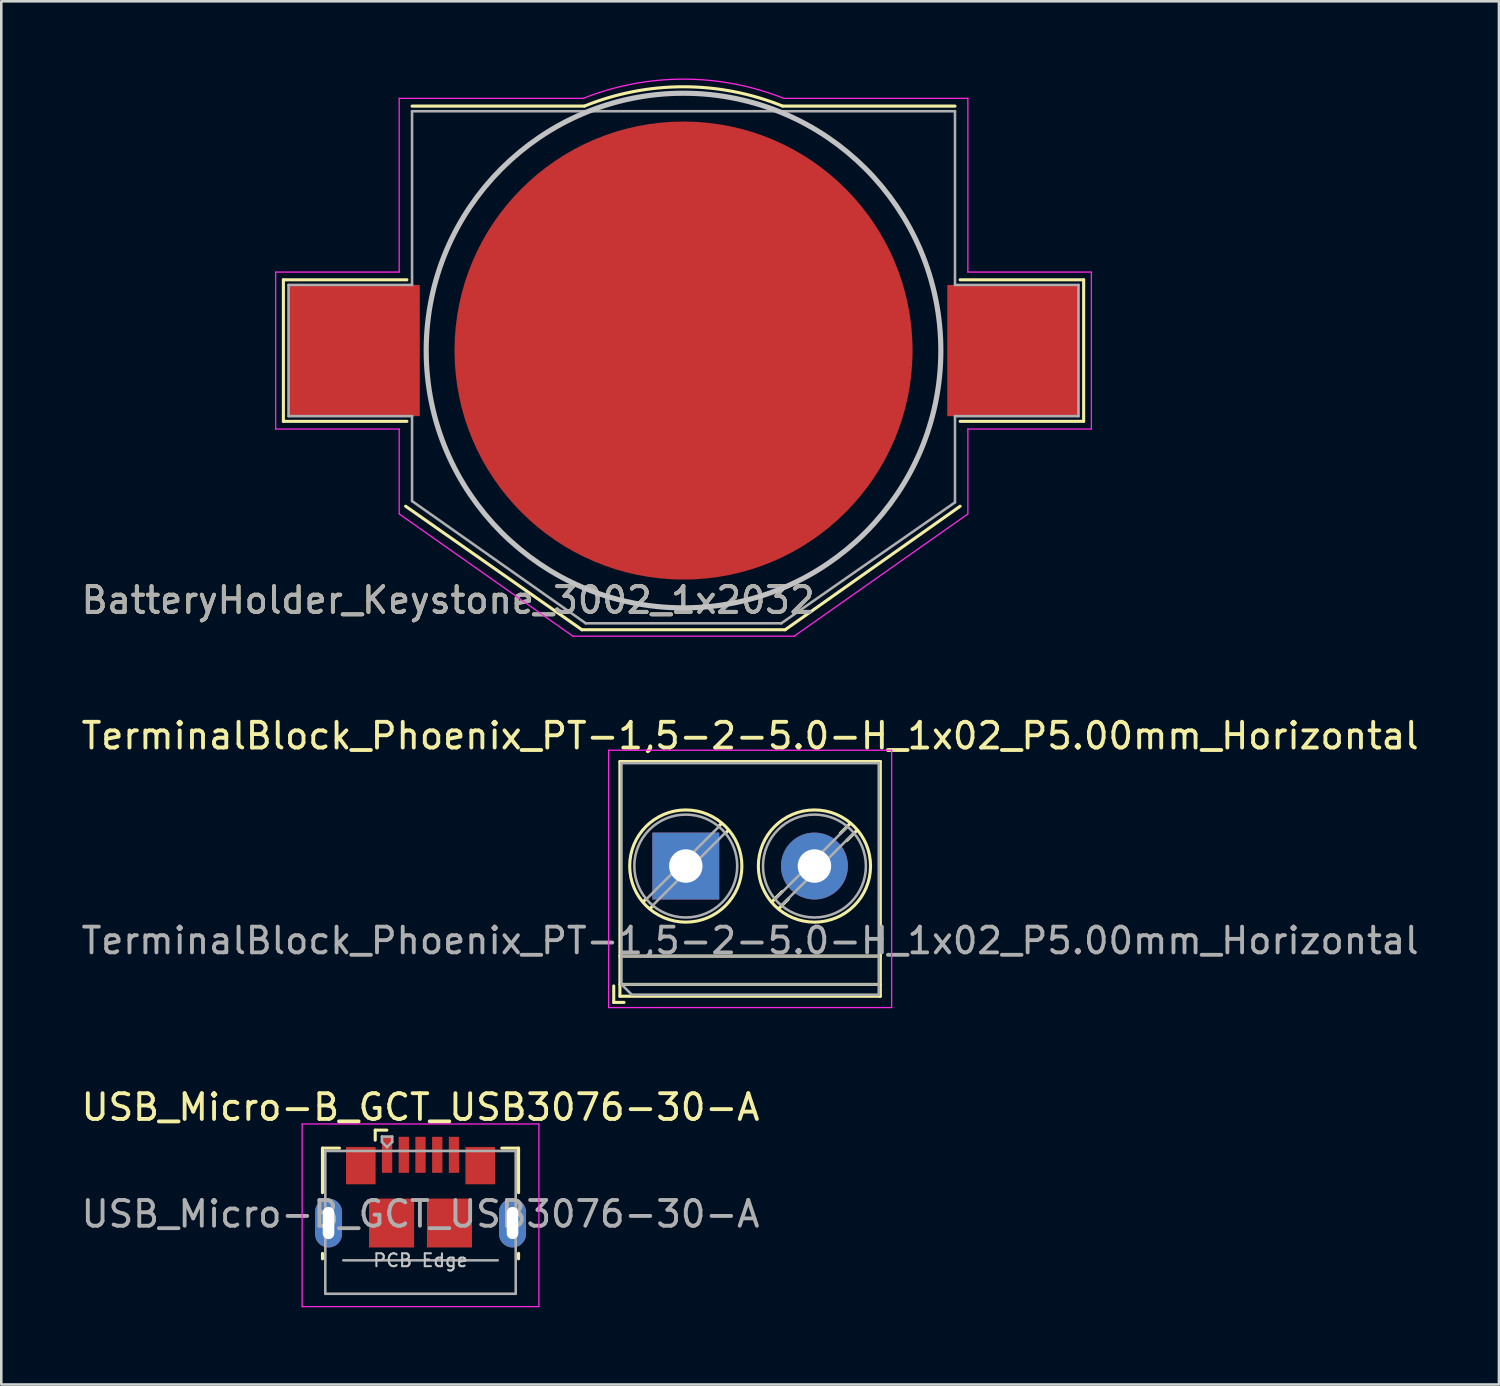
<source format=kicad_pcb>
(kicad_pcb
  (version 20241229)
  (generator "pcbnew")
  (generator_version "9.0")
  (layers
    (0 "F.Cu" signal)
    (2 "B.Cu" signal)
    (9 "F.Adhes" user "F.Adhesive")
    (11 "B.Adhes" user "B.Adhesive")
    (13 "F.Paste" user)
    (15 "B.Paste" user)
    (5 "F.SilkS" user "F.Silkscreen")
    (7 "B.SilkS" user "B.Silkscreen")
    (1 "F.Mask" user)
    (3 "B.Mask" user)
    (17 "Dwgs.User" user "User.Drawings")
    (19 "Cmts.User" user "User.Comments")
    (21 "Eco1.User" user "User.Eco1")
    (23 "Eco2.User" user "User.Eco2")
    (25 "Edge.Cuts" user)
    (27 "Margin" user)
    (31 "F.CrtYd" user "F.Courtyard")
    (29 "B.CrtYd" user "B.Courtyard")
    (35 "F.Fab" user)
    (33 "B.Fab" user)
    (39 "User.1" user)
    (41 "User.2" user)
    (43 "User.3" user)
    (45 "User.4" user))
  (footprint "USB_Micro-B_GCT_USB3076-30-A"
    (layer "F.Cu")
    (at 13.292 43.279)
    (property "Reference" "USB_Micro-B_GCT_USB3076-30-A" (at 0 -3.3 0) (layer "F.SilkS") (effects (font (size 1 1) (thickness 0.15))))
    (attr smd)
    (fp_line (start -3.81 -1.71) (end -3.15 -1.71) (stroke (width 0.12) (type solid)) (layer "F.SilkS"))
    (fp_line (start -3.81 0.02) (end -3.81 -1.71) (stroke (width 0.12) (type solid)) (layer "F.SilkS"))
    (fp_line (start -3.81 2.59) (end -3.81 2.38) (stroke (width 0.12) (type solid)) (layer "F.SilkS"))
    (fp_line (start -1.76 -2.41) (end -1.76 -2.02) (stroke (width 0.12) (type solid)) (layer "F.SilkS"))
    (fp_line (start -1.76 -2.41) (end -1.31 -2.41) (stroke (width 0.12) (type solid)) (layer "F.SilkS"))
    (fp_line (start 3.81 -1.71) (end 3.16 -1.71) (stroke (width 0.12) (type solid)) (layer "F.SilkS"))
    (fp_line (start 3.81 0.02) (end 3.81 -1.71) (stroke (width 0.12) (type solid)) (layer "F.SilkS"))
    (fp_line (start 3.81 2.59) (end 3.81 2.38) (stroke (width 0.12) (type solid)) (layer "F.SilkS"))
    (fp_line (start -4.6 -2.65) (end 4.6 -2.65) (stroke (width 0.05) (type solid)) (layer "F.CrtYd"))
    (fp_line (start -4.6 4.45) (end -4.6 -2.65) (stroke (width 0.05) (type solid)) (layer "F.CrtYd"))
    (fp_line (start -4.6 4.45) (end 4.6 4.45) (stroke (width 0.05) (type solid)) (layer "F.CrtYd"))
    (fp_line (start 4.6 -2.65) (end 4.6 4.45) (stroke (width 0.05) (type solid)) (layer "F.CrtYd"))
    (fp_line (start -3.7 -1.6) (end 3.7 -1.6) (stroke (width 0.1) (type solid)) (layer "F.Fab"))
    (fp_line (start -3.7 3.95) (end -3.7 -1.6) (stroke (width 0.1) (type solid)) (layer "F.Fab"))
    (fp_line (start -3.7 3.95) (end 3.7 3.95) (stroke (width 0.1) (type solid)) (layer "F.Fab"))
    (fp_line (start -3 2.65) (end 3 2.65) (stroke (width 0.1) (type solid)) (layer "F.Fab"))
    (fp_line (start -1.5 -2.16) (end -1.5 -1.95) (stroke (width 0.1) (type solid)) (layer "F.Fab"))
    (fp_line (start -1.5 -2.16) (end -1.1 -2.16) (stroke (width 0.1) (type solid)) (layer "F.Fab"))
    (fp_line (start -1.3 -1.75) (end -1.5 -1.95) (stroke (width 0.1) (type solid)) (layer "F.Fab"))
    (fp_line (start -1.1 -2.16) (end -1.1 -1.95) (stroke (width 0.1) (type solid)) (layer "F.Fab"))
    (fp_line (start -1.1 -1.95) (end -1.3 -1.75) (stroke (width 0.1) (type solid)) (layer "F.Fab"))
    (fp_line (start 3.7 3.95) (end 3.7 -1.6) (stroke (width 0.1) (type solid)) (layer "F.Fab"))
    (fp_text user "PCB Edge" (at 0 2.65 0) (layer "Dwgs.User") (effects (font (size 0.5 0.5) (thickness 0.08))))
    (fp_text user "${REFERENCE}" (at 0 0.85 0) (layer "F.Fab") (effects (font (size 1 1) (thickness 0.15))))
    (pad "1" smd rect (at -1.3 -1.45) (size 0.4 1.4) (layers "F.Cu" "F.Mask" "F.Paste"))
    (pad "2" smd rect (at -0.65 -1.45) (size 0.4 1.4) (layers "F.Cu" "F.Mask" "F.Paste"))
    (pad "3" smd rect (at 0 -1.45) (size 0.4 1.4) (layers "F.Cu" "F.Mask" "F.Paste"))
    (pad "4" smd rect (at 0.65 -1.45) (size 0.4 1.4) (layers "F.Cu" "F.Mask" "F.Paste"))
    (pad "5" smd rect (at 1.3 -1.45) (size 0.4 1.4) (layers "F.Cu" "F.Mask" "F.Paste"))
    (pad "6" thru_hole oval (at -3.575 1.2 180) (size 1.05 1.9) (drill oval 0.45 1.25) (layers "*.Cu" "*.Mask"))
    (pad "6" smd rect (at -2.32 -1.03) (size 1.15 1.45) (layers "F.Cu" "F.Mask" "F.Paste"))
    (pad "6" smd rect (at -1.125 1.2) (size 1.75 1.9) (layers "F.Cu" "F.Mask" "F.Paste"))
    (pad "6" smd rect (at 1.125 1.2) (size 1.75 1.9) (layers "F.Cu" "F.Mask" "F.Paste"))
    (pad "6" smd rect (at 2.32 -1.03) (size 1.15 1.45) (layers "F.Cu" "F.Mask" "F.Paste"))
    (pad "6" thru_hole oval (at 3.575 1.2) (size 1.05 1.9) (drill oval 0.45 1.25) (layers "*.Cu" "*.Mask")))
  (footprint "BatteryHolder_Keystone_3002_1x2032"
    (layer "F.Cu")
    (at 23.513 10.573)
    (property "Reference" "BatteryHolder_Keystone_3002_1x2032" (at -9.15 9.7 0) (layer "F.SilkS") (effects (font (size 1 1) (thickness 0.15))))
    (attr smd)
    (fp_line (start -15.55 -2.75) (end -15.55 2.75) (stroke (width 0.12) (type solid)) (layer "F.SilkS"))
    (fp_line (start -15.55 2.75) (end -10.75 2.75) (stroke (width 0.12) (type solid)) (layer "F.SilkS"))
    (fp_line (start -10.8 6.05) (end -3.95 10.85) (stroke (width 0.12) (type solid)) (layer "F.SilkS"))
    (fp_line (start -10.75 -2.75) (end -15.55 -2.75) (stroke (width 0.12) (type solid)) (layer "F.SilkS"))
    (fp_line (start -10.55 -9.5) (end -3.85 -9.5) (stroke (width 0.12) (type solid)) (layer "F.SilkS"))
    (fp_line (start -3.95 10.85) (end 3.95 10.85) (stroke (width 0.12) (type solid)) (layer "F.SilkS"))
    (fp_line (start 3.95 10.85) (end 10.75 6.05) (stroke (width 0.12) (type solid)) (layer "F.SilkS"))
    (fp_line (start 10.55 -9.5) (end 3.85 -9.5) (stroke (width 0.12) (type solid)) (layer "F.SilkS"))
    (fp_line (start 10.75 2.75) (end 15.55 2.75) (stroke (width 0.12) (type solid)) (layer "F.SilkS"))
    (fp_line (start 15.55 -2.75) (end 10.75 -2.75) (stroke (width 0.12) (type solid)) (layer "F.SilkS"))
    (fp_line (start 15.55 2.75) (end 15.55 -2.75) (stroke (width 0.12) (type solid)) (layer "F.SilkS"))
    (fp_arc (start -3.846385 -9.501464) (mid 0.00195 -10.250487) (end 3.85 -9.5) (stroke (width 0.12) (type solid)) (layer "F.SilkS"))
    (fp_circle (center 0 0) (end 10 0) (stroke (width 0.2) (type solid)) (fill no) (layer "Dwgs.User"))
    (fp_line (start -15.85 -3.05) (end -11.05 -3.05) (stroke (width 0.05) (type solid)) (layer "F.CrtYd"))
    (fp_line (start -15.85 3.05) (end -15.85 -3.05) (stroke (width 0.05) (type solid)) (layer "F.CrtYd"))
    (fp_line (start -11.05 -9.8) (end -3.9 -9.8) (stroke (width 0.05) (type solid)) (layer "F.CrtYd"))
    (fp_line (start -11.05 -3.05) (end -11.05 -9.8) (stroke (width 0.05) (type solid)) (layer "F.CrtYd"))
    (fp_line (start -11.05 3.05) (end -15.85 3.05) (stroke (width 0.05) (type solid)) (layer "F.CrtYd"))
    (fp_line (start -11.05 6.35) (end -11.05 3.05) (stroke (width 0.05) (type solid)) (layer "F.CrtYd"))
    (fp_line (start -4.3 11.1) (end -11.05 6.35) (stroke (width 0.05) (type solid)) (layer "F.CrtYd"))
    (fp_line (start 4.3 11.1) (end -4.3 11.1) (stroke (width 0.05) (type solid)) (layer "F.CrtYd"))
    (fp_line (start 11.05 -9.8) (end 3.9 -9.8) (stroke (width 0.05) (type solid)) (layer "F.CrtYd"))
    (fp_line (start 11.05 -9.8) (end 11.05 -3.05) (stroke (width 0.05) (type solid)) (layer "F.CrtYd"))
    (fp_line (start 11.05 -3.05) (end 15.85 -3.05) (stroke (width 0.05) (type solid)) (layer "F.CrtYd"))
    (fp_line (start 11.05 3.05) (end 11.05 6.35) (stroke (width 0.05) (type solid)) (layer "F.CrtYd"))
    (fp_line (start 11.05 6.35) (end 4.3 11.1) (stroke (width 0.05) (type solid)) (layer "F.CrtYd"))
    (fp_line (start 15.85 -3.05) (end 15.85 3.05) (stroke (width 0.05) (type solid)) (layer "F.CrtYd"))
    (fp_line (start 15.85 3.05) (end 11.05 3.05) (stroke (width 0.05) (type solid)) (layer "F.CrtYd"))
    (fp_arc (start -3.9 -9.8) (mid 0 -10.547512) (end 3.9 -9.8) (stroke (width 0.05) (type solid)) (layer "F.CrtYd"))
    (fp_line (start -15.35 -2.55) (end -15.35 2.55) (stroke (width 0.1) (type solid)) (layer "F.Fab"))
    (fp_line (start -15.35 -2.55) (end -10.55 -2.55) (stroke (width 0.1) (type solid)) (layer "F.Fab"))
    (fp_line (start -15.35 2.55) (end -10.55 2.55) (stroke (width 0.1) (type solid)) (layer "F.Fab"))
    (fp_line (start -10.55 -2.55) (end -10.55 -9.3) (stroke (width 0.1) (type solid)) (layer "F.Fab"))
    (fp_line (start -10.55 2.55) (end -10.55 5.85) (stroke (width 0.1) (type solid)) (layer "F.Fab"))
    (fp_line (start -10.55 5.85) (end -3.8 10.6) (stroke (width 0.1) (type solid)) (layer "F.Fab"))
    (fp_line (start -3.8 10.6) (end 3.8 10.6) (stroke (width 0.1) (type solid)) (layer "F.Fab"))
    (fp_line (start 10.55 -9.3) (end -10.55 -9.3) (stroke (width 0.1) (type solid)) (layer "F.Fab"))
    (fp_line (start 10.55 -2.55) (end 10.55 -9.3) (stroke (width 0.1) (type solid)) (layer "F.Fab"))
    (fp_line (start 10.55 2.55) (end 10.55 5.9) (stroke (width 0.1) (type solid)) (layer "F.Fab"))
    (fp_line (start 10.55 2.55) (end 15.35 2.55) (stroke (width 0.1) (type solid)) (layer "F.Fab"))
    (fp_line (start 10.55 5.9) (end 3.8 10.6) (stroke (width 0.1) (type solid)) (layer "F.Fab"))
    (fp_line (start 15.35 -2.55) (end 10.55 -2.55) (stroke (width 0.1) (type solid)) (layer "F.Fab"))
    (fp_line (start 15.35 2.55) (end 15.35 -2.55) (stroke (width 0.1) (type solid)) (layer "F.Fab"))
    (fp_text user "${REFERENCE}" (at -9.15 9.7 0) (layer "F.Fab") (effects (font (size 1 1) (thickness 0.15))))
    (pad "1" smd rect (at -12.8 0) (size 5.1 5.1) (layers "F.Cu" "F.Mask" "F.Paste"))
    (pad "1" smd rect (at 12.8 0) (size 5.1 5.1) (layers "F.Cu" "F.Mask" "F.Paste"))
    (pad "2" smd circle (at 0 0) (size 17.8 17.8) (layers "F.Cu" "F.Mask")))
  (footprint "TerminalBlock_Phoenix_PT-1,5-2-5.0-H_1x02_P5.00mm_Horizontal"
    (layer "F.Cu")
    (at 23.601 30.606)
    (property "Reference" "TerminalBlock_Phoenix_PT-1,5-2-5.0-H_1x02_P5.00mm_Horizontal" (at 2.5 -5.06 0) (layer "F.SilkS") (effects (font (size 1 1) (thickness 0.15))))
    (attr through_hole)
    (fp_line (start -2.8 4.66) (end -2.8 5.3) (stroke (width 0.12) (type solid)) (layer "F.SilkS"))
    (fp_line (start -2.8 5.3) (end -2.4 5.3) (stroke (width 0.12) (type solid)) (layer "F.SilkS"))
    (fp_line (start -2.56 -4.06) (end -2.56 5.06) (stroke (width 0.12) (type solid)) (layer "F.SilkS"))
    (fp_line (start -2.56 -4.06) (end 7.56 -4.06) (stroke (width 0.12) (type solid)) (layer "F.SilkS"))
    (fp_line (start -2.56 3.5) (end 7.56 3.5) (stroke (width 0.12) (type solid)) (layer "F.SilkS"))
    (fp_line (start -2.56 4.6) (end 7.56 4.6) (stroke (width 0.12) (type solid)) (layer "F.SilkS"))
    (fp_line (start -2.56 5.06) (end 7.56 5.06) (stroke (width 0.12) (type solid)) (layer "F.SilkS"))
    (fp_line (start -1.548 1.281) (end -1.654 1.388) (stroke (width 0.12) (type solid)) (layer "F.SilkS"))
    (fp_line (start -1.282 1.547) (end -1.388 1.654) (stroke (width 0.12) (type solid)) (layer "F.SilkS"))
    (fp_line (start 1.388 -1.654) (end 1.281 -1.547) (stroke (width 0.12) (type solid)) (layer "F.SilkS"))
    (fp_line (start 1.654 -1.388) (end 1.547 -1.281) (stroke (width 0.12) (type solid)) (layer "F.SilkS"))
    (fp_line (start 3.742 0.992) (end 3.347 1.388) (stroke (width 0.12) (type solid)) (layer "F.SilkS"))
    (fp_line (start 3.993 1.274) (end 3.613 1.654) (stroke (width 0.12) (type solid)) (layer "F.SilkS"))
    (fp_line (start 6.388 -1.654) (end 6.008 -1.274) (stroke (width 0.12) (type solid)) (layer "F.SilkS"))
    (fp_line (start 6.654 -1.388) (end 6.259 -0.992) (stroke (width 0.12) (type solid)) (layer "F.SilkS"))
    (fp_line (start 7.56 -4.06) (end 7.56 5.06) (stroke (width 0.12) (type solid)) (layer "F.SilkS"))
    (fp_circle (center 0 0) (end 2.18 0) (stroke (width 0.12) (type solid)) (fill no) (layer "F.SilkS"))
    (fp_circle (center 5 0) (end 7.18 0) (stroke (width 0.12) (type solid)) (fill no) (layer "F.SilkS"))
    (fp_line (start -3 -4.5) (end -3 5.5) (stroke (width 0.05) (type solid)) (layer "F.CrtYd"))
    (fp_line (start -3 5.5) (end 8 5.5) (stroke (width 0.05) (type solid)) (layer "F.CrtYd"))
    (fp_line (start 8 -4.5) (end -3 -4.5) (stroke (width 0.05) (type solid)) (layer "F.CrtYd"))
    (fp_line (start 8 5.5) (end 8 -4.5) (stroke (width 0.05) (type solid)) (layer "F.CrtYd"))
    (fp_line (start -2.5 -4) (end 7.5 -4) (stroke (width 0.1) (type solid)) (layer "F.Fab"))
    (fp_line (start -2.5 3.5) (end 7.5 3.5) (stroke (width 0.1) (type solid)) (layer "F.Fab"))
    (fp_line (start -2.5 4.6) (end -2.5 -4) (stroke (width 0.1) (type solid)) (layer "F.Fab"))
    (fp_line (start -2.5 4.6) (end 7.5 4.6) (stroke (width 0.1) (type solid)) (layer "F.Fab"))
    (fp_line (start -2.1 5) (end -2.5 4.6) (stroke (width 0.1) (type solid)) (layer "F.Fab"))
    (fp_line (start 1.273 -1.517) (end -1.517 1.273) (stroke (width 0.1) (type solid)) (layer "F.Fab"))
    (fp_line (start 1.517 -1.273) (end -1.273 1.517) (stroke (width 0.1) (type solid)) (layer "F.Fab"))
    (fp_line (start 6.273 -1.517) (end 3.484 1.273) (stroke (width 0.1) (type solid)) (layer "F.Fab"))
    (fp_line (start 6.517 -1.273) (end 3.728 1.517) (stroke (width 0.1) (type solid)) (layer "F.Fab"))
    (fp_line (start 7.5 -4) (end 7.5 5) (stroke (width 0.1) (type solid)) (layer "F.Fab"))
    (fp_line (start 7.5 5) (end -2.1 5) (stroke (width 0.1) (type solid)) (layer "F.Fab"))
    (fp_circle (center 0 0) (end 2 0) (stroke (width 0.1) (type solid)) (fill no) (layer "F.Fab"))
    (fp_circle (center 5 0) (end 7 0) (stroke (width 0.1) (type solid)) (fill no) (layer "F.Fab"))
    (fp_text user "${REFERENCE}" (at 2.5 2.9 0) (layer "F.Fab") (effects (font (size 1 1) (thickness 0.15))))
    (pad "1" thru_hole rect (at 0 0) (size 2.6 2.6) (drill 1.3) (layers "*.Cu" "*.Mask"))
    (pad "2" thru_hole circle (at 5 0) (size 2.6 2.6) (drill 1.3) (layers "*.Cu" "*.Mask")))
  (gr_rect
    (start -3 -3)
    (end 55.202 50.754)
    (stroke (width 0.1) (type default))
    (fill no)
    (layer "Edge.Cuts")))
</source>
